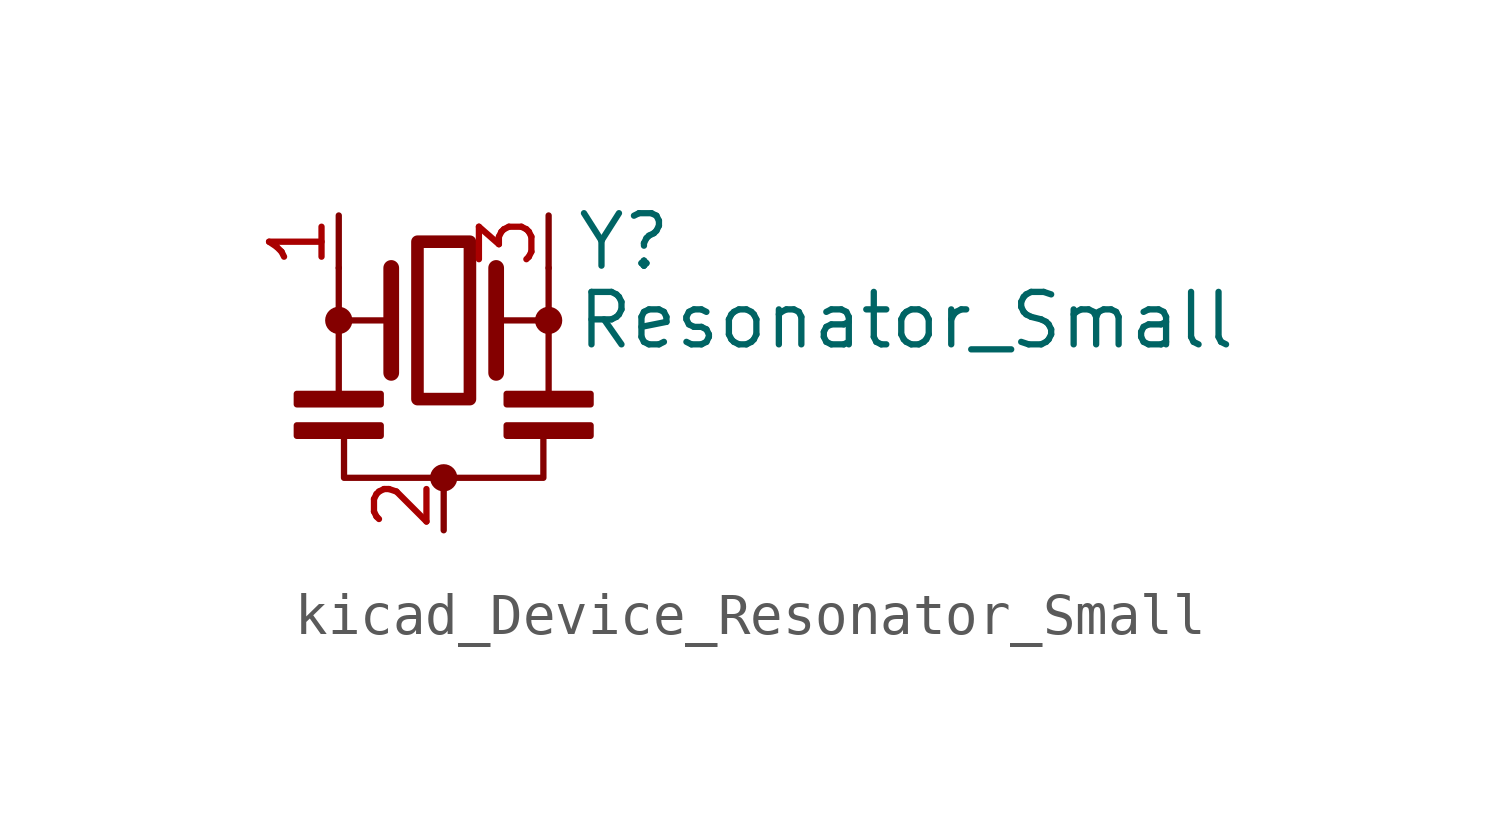
<source format=kicad_sym>
(kicad_symbol_lib
  (version 20220914)
  (generator kicad_symbol_editor)
  (symbol "kicad_Device_Resonator_Small"
    (pin_names
      (offset 1.016) hide)
    (property "Reference" "Y"
      (at 3.175 1.905 0)
      (effects (font (size 1.27 1.27)) (justify left)))
    (property "Value" "Resonator_Small"
      (at 3.175 0 0)
      (effects (font (size 1.27 1.27)) (justify left)))
    (symbol "kicad_Device_Resonator_Small_0_1"
      (rectangle (start -3.556 -2.54) (end -1.524 -2.794) (stroke (width 0) (type default)) (fill (type outline)))
      (rectangle (start -3.556 -1.778) (end -1.524 -2.032) (stroke (width 0) (type default)) (fill (type outline)))
      (circle (center -2.54 0) (radius 0.254) (stroke (width 0) (type default)) (fill (type outline)))
      (rectangle (start -0.635 1.905) (end 0.635 -1.905) (stroke (width 0.305) (type default)) (fill (type none)))
      (circle (center 0 -3.81) (radius 0.254) (stroke (width 0) (type default)) (fill (type outline)))
      (polyline (pts (xy -2.54 -1.778) (xy -2.54 0)) (stroke (width 0) (type default)) (fill (type none)))
      (polyline (pts (xy -2.54 0) (xy -1.397 0)) (stroke (width 0) (type default)) (fill (type none)))
      (polyline (pts (xy -2.54 1.27) (xy -2.54 0)) (stroke (width 0) (type default)) (fill (type none)))
      (polyline (pts (xy -1.27 -1.27) (xy -1.27 1.27)) (stroke (width 0.381) (type default)) (fill (type none)))
      (polyline (pts (xy 1.27 -1.27) (xy 1.27 1.27)) (stroke (width 0.381) (type default)) (fill (type none)))
      (polyline (pts (xy 1.27 0) (xy 2.54 0)) (stroke (width 0) (type default)) (fill (type none)))
      (polyline (pts (xy 2.54 0) (xy 2.54 -1.778)) (stroke (width 0) (type default)) (fill (type none)))
      (polyline (pts (xy 2.54 1.27) (xy 2.54 0)) (stroke (width 0) (type default)) (fill (type none)))
      (polyline (pts (xy 2.413 -2.794) (xy 2.413 -3.81) (xy -2.413 -3.81) (xy -2.413 -2.667)) (stroke (width 0) (type default)) (fill (type none)))
      (rectangle (start 1.524 -2.54) (end 3.556 -2.794) (stroke (width 0) (type default)) (fill (type outline)))
      (rectangle (start 1.524 -1.778) (end 3.556 -2.032) (stroke (width 0) (type default)) (fill (type outline)))
      (circle (center 2.54 0) (radius 0.254) (stroke (width 0) (type default)) (fill (type outline))))
    (symbol "kicad_Device_Resonator_Small_1_1"
      (pin passive line (at -2.54 2.54 270) (length 1.27) (name "1" (effects (font (size 1.27 1.27)))) (number "1" (effects (font (size 1.27 1.27)))))
      (pin passive line (at 0 -5.08 90) (length 1.27) (name "2" (effects (font (size 1.27 1.27)))) (number "2" (effects (font (size 1.27 1.27)))))
      (pin passive line (at 2.54 2.54 270) (length 1.27) (name "3" (effects (font (size 1.27 1.27)))) (number "3" (effects (font (size 1.27 1.27))))))))
</source>
